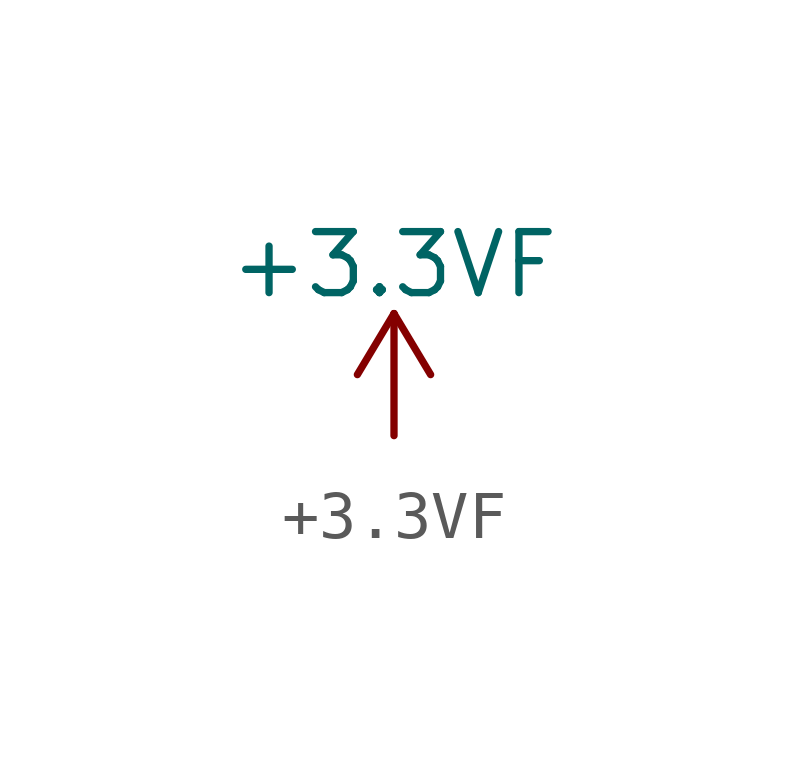
<source format=kicad_sym>
(kicad_symbol_lib
  (version 20211014)
  (generator kicad_symbol_editor)
  (symbol "+3.3VF"
    (power)
    (pin_names
      (offset 0))
    (property "Reference" "#PWR"
      (at 0 -3.81 0)
      (effects (font (size 1.27 1.27)) hide))
    (property "Value" "+3.3VF"
      (at 0 3.556 0)
      (effects (font (size 1.27 1.27))))
    (symbol "+3.3VF_0_1"
      (polyline (pts (xy -0.762 1.27) (xy 0 2.54)) (stroke (width 0) (type default) (color 0 0 0 0)) (fill (type none)))
      (polyline (pts (xy 0 0) (xy 0 2.54)) (stroke (width 0) (type default) (color 0 0 0 0)) (fill (type none)))
      (polyline (pts (xy 0 2.54) (xy 0.762 1.27)) (stroke (width 0) (type default) (color 0 0 0 0)) (fill (type none))))
    (symbol "+3.3VF_1_1"
      (pin power_in line (at 0 0 90) (length 0) hide (name "+3.3VF" (effects (font (size 1.27 1.27)))) (number "1" (effects (font (size 1.27 1.27))))))))
</source>
